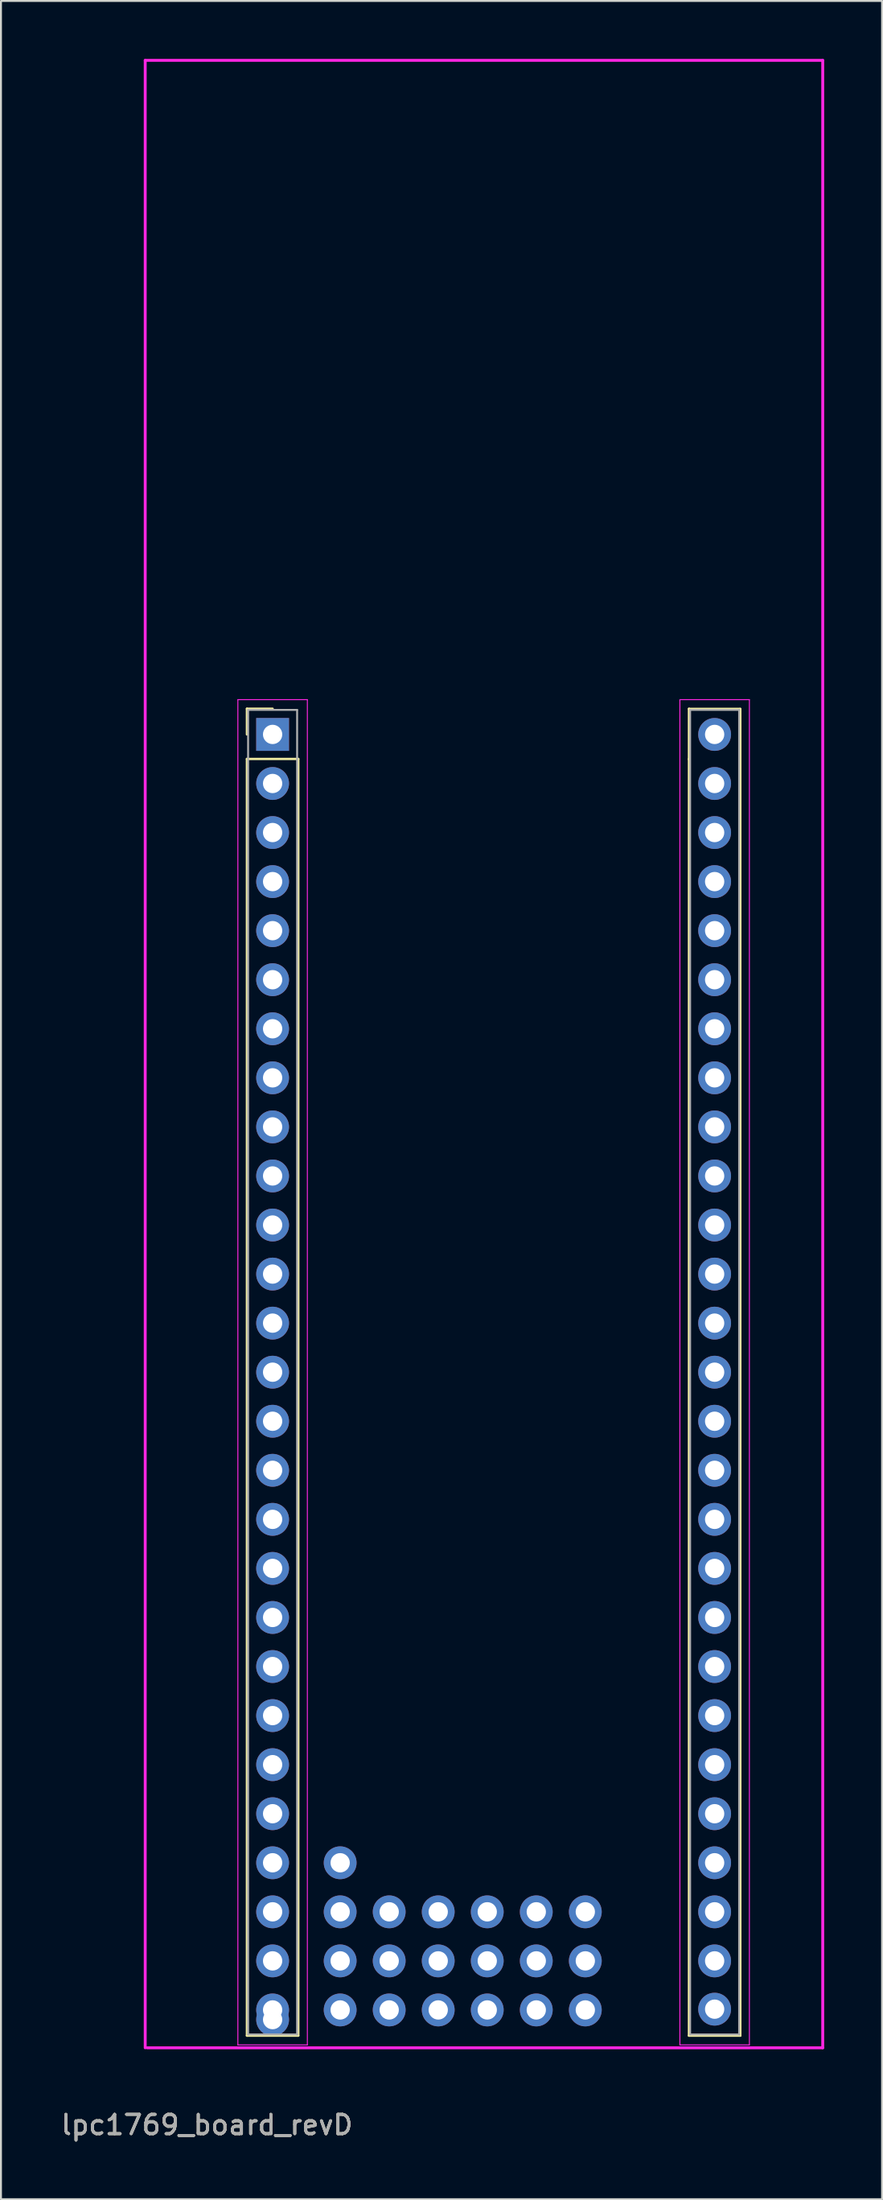
<source format=kicad_pcb>
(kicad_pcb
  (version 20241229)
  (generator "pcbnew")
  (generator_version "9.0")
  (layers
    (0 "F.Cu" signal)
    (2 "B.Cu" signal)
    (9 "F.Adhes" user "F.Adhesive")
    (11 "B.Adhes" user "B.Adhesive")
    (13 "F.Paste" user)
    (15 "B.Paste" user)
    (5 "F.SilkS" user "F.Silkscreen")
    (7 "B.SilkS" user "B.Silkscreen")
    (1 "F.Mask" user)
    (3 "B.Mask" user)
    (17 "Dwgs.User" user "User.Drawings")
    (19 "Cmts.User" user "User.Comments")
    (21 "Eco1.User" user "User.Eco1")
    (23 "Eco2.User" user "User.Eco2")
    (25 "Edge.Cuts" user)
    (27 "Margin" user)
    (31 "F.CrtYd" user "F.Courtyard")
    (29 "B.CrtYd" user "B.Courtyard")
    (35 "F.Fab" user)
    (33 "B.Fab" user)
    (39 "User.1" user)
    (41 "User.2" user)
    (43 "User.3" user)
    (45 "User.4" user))
  (footprint "lpc1769_board_revD"
    (layer "F.Cu")
    (at 11.073 34.975)
    (property "Reference" "lpc1769_board_revD" (at -3.4 71.99 0) (layer "F.SilkS") (effects (font (size 1 1) (thickness 0.15))))
    (attr through_hole)
    (fp_line (start -1.33 -1.33) (end 0 -1.33) (stroke (width 0.12) (type solid)) (layer "F.SilkS"))
    (fp_line (start -1.33 0) (end -1.33 -1.33) (stroke (width 0.12) (type solid)) (layer "F.SilkS"))
    (fp_line (start -1.33 1.27) (end -1.33 67.37) (stroke (width 0.12) (type solid)) (layer "F.SilkS"))
    (fp_line (start -1.33 67.37) (end 1.33 67.37) (stroke (width 0.12) (type solid)) (layer "F.SilkS"))
    (fp_line (start 1.33 1.27) (end -1.33 1.27) (stroke (width 0.12) (type solid)) (layer "F.SilkS"))
    (fp_line (start 1.33 67.37) (end 1.33 1.27) (stroke (width 0.12) (type solid)) (layer "F.SilkS"))
    (fp_line (start 21.57 1.27) (end 21.57 67.37) (stroke (width 0.12) (type solid)) (layer "F.SilkS"))
    (fp_line (start 21.57 1.29) (end 21.57 -1.33) (stroke (width 0.12) (type solid)) (layer "F.SilkS"))
    (fp_line (start 21.57 67.37) (end 24.23 67.37) (stroke (width 0.12) (type solid)) (layer "F.SilkS"))
    (fp_line (start 24.23 -1.32) (end 21.57 -1.32) (stroke (width 0.12) (type solid)) (layer "F.SilkS"))
    (fp_line (start 24.23 67.37) (end 24.23 -1.32) (stroke (width 0.12) (type solid)) (layer "F.SilkS"))
    (fp_line (start -6.6 -34.9) (end -6.6 68) (stroke (width 0.15) (type solid)) (layer "F.CrtYd"))
    (fp_line (start -6.6 -34.9) (end 28.5 -34.9) (stroke (width 0.15) (type solid)) (layer "F.CrtYd"))
    (fp_line (start -6.5 68) (end 28.5 68) (stroke (width 0.15) (type solid)) (layer "F.CrtYd"))
    (fp_line (start -1.8 -1.8) (end -1.8 67.85) (stroke (width 0.05) (type solid)) (layer "F.CrtYd"))
    (fp_line (start -1.8 67.85) (end 1.8 67.85) (stroke (width 0.05) (type solid)) (layer "F.CrtYd"))
    (fp_line (start 1.8 -1.8) (end -1.8 -1.8) (stroke (width 0.05) (type solid)) (layer "F.CrtYd"))
    (fp_line (start 1.8 67.85) (end 1.8 -1.8) (stroke (width 0.05) (type solid)) (layer "F.CrtYd"))
    (fp_line (start 21.1 -1.8) (end 21.1 67.85) (stroke (width 0.05) (type solid)) (layer "F.CrtYd"))
    (fp_line (start 21.1 67.85) (end 24.7 67.85) (stroke (width 0.05) (type solid)) (layer "F.CrtYd"))
    (fp_line (start 24.7 -1.8) (end 21.1 -1.8) (stroke (width 0.05) (type solid)) (layer "F.CrtYd"))
    (fp_line (start 24.7 67.85) (end 24.7 -1.8) (stroke (width 0.05) (type solid)) (layer "F.CrtYd"))
    (fp_line (start 28.5 -34.9) (end 28.5 68) (stroke (width 0.15) (type solid)) (layer "F.CrtYd"))
    (fp_line (start -1.27 -1.27) (end -1.27 67.31) (stroke (width 0.1) (type solid)) (layer "F.Fab"))
    (fp_line (start -1.27 67.31) (end 1.27 67.31) (stroke (width 0.1) (type solid)) (layer "F.Fab"))
    (fp_line (start 1.27 -1.27) (end -1.27 -1.27) (stroke (width 0.1) (type solid)) (layer "F.Fab"))
    (fp_line (start 1.27 67.31) (end 1.27 -1.27) (stroke (width 0.1) (type solid)) (layer "F.Fab"))
    (fp_line (start 21.63 -1.27) (end 21.63 67.31) (stroke (width 0.1) (type solid)) (layer "F.Fab"))
    (fp_line (start 21.63 67.31) (end 24.17 67.31) (stroke (width 0.1) (type solid)) (layer "F.Fab"))
    (fp_line (start 24.17 -1.27) (end 21.63 -1.27) (stroke (width 0.1) (type solid)) (layer "F.Fab"))
    (fp_line (start 24.17 67.31) (end 24.17 -1.27) (stroke (width 0.1) (type solid)) (layer "F.Fab"))
    (fp_text user "${REFERENCE}" (at -3.4 71.99 0) (layer "F.Fab") (effects (font (size 1 1) (thickness 0.15))))
    (fp_text user "${REFERENCE}" (at -3.4 71.99 0) (layer "F.Fab") (effects (font (size 1 1) (thickness 0.15))))
    (pad "J-1" thru_hole rect (at 0 0) (size 1.7 1.7) (drill 1) (layers "*.Cu" "*.Mask"))
    (pad "J-2" thru_hole oval (at 0 2.54) (size 1.7 1.7) (drill 1) (layers "*.Cu" "*.Mask"))
    (pad "J-3" thru_hole oval (at 0 5.08) (size 1.7 1.7) (drill 1) (layers "*.Cu" "*.Mask"))
    (pad "J-4" thru_hole oval (at 0 7.62) (size 1.7 1.7) (drill 1) (layers "*.Cu" "*.Mask"))
    (pad "J-5" thru_hole oval (at 0 10.16) (size 1.7 1.7) (drill 1) (layers "*.Cu" "*.Mask"))
    (pad "J-6" thru_hole oval (at 0 12.7) (size 1.7 1.7) (drill 1) (layers "*.Cu" "*.Mask"))
    (pad "J-7" thru_hole oval (at 0 15.24) (size 1.7 1.7) (drill 1) (layers "*.Cu" "*.Mask"))
    (pad "J-8" thru_hole oval (at 0 17.78) (size 1.7 1.7) (drill 1) (layers "*.Cu" "*.Mask"))
    (pad "J-9" thru_hole oval (at 0 20.32) (size 1.7 1.7) (drill 1) (layers "*.Cu" "*.Mask"))
    (pad "J-10" thru_hole oval (at 0 22.86) (size 1.7 1.7) (drill 1) (layers "*.Cu" "*.Mask"))
    (pad "J-11" thru_hole oval (at 0 25.4) (size 1.7 1.7) (drill 1) (layers "*.Cu" "*.Mask"))
    (pad "J-12" thru_hole oval (at 0 27.94) (size 1.7 1.7) (drill 1) (layers "*.Cu" "*.Mask"))
    (pad "J-13" thru_hole oval (at 0 30.48) (size 1.7 1.7) (drill 1) (layers "*.Cu" "*.Mask"))
    (pad "J-14" thru_hole oval (at 0 33.02) (size 1.7 1.7) (drill 1) (layers "*.Cu" "*.Mask"))
    (pad "J-15" thru_hole oval (at 0 35.56) (size 1.7 1.7) (drill 1) (layers "*.Cu" "*.Mask"))
    (pad "J-16" thru_hole oval (at 0 38.1) (size 1.7 1.7) (drill 1) (layers "*.Cu" "*.Mask"))
    (pad "J-17" thru_hole oval (at 0 40.64) (size 1.7 1.7) (drill 1) (layers "*.Cu" "*.Mask"))
    (pad "J-18" thru_hole oval (at 0 43.18) (size 1.7 1.7) (drill 1) (layers "*.Cu" "*.Mask"))
    (pad "J-19" thru_hole oval (at 0 45.72) (size 1.7 1.7) (drill 1) (layers "*.Cu" "*.Mask"))
    (pad "J-20" thru_hole oval (at 0 48.26) (size 1.7 1.7) (drill 1) (layers "*.Cu" "*.Mask"))
    (pad "J-21" thru_hole oval (at 0 50.8) (size 1.7 1.7) (drill 1) (layers "*.Cu" "*.Mask"))
    (pad "J-22" thru_hole oval (at 0 53.34) (size 1.7 1.7) (drill 1) (layers "*.Cu" "*.Mask"))
    (pad "J-23" thru_hole oval (at 0 55.88) (size 1.7 1.7) (drill 1) (layers "*.Cu" "*.Mask"))
    (pad "J-24" thru_hole oval (at 0 58.42) (size 1.7 1.7) (drill 1) (layers "*.Cu" "*.Mask"))
    (pad "J-25" thru_hole oval (at 0 60.96) (size 1.7 1.7) (drill 1) (layers "*.Cu" "*.Mask"))
    (pad "J-26" thru_hole oval (at 0 63.5) (size 1.7 1.7) (drill 1) (layers "*.Cu" "*.Mask"))
    (pad "J-27" thru_hole oval (at 0 66.04) (size 1.7 1.7) (drill 1) (layers "*.Cu" "*.Mask"))
    (pad "J-27" thru_hole oval (at 0 66.54) (size 1.7 1.7) (drill 1) (layers "*.Cu" "*.Mask"))
    (pad "J-28" thru_hole circle (at 22.9 0) (size 1.7 1.7) (drill 1) (layers "*.Cu" "*.Mask"))
    (pad "J-29" thru_hole oval (at 22.9 2.54) (size 1.7 1.7) (drill 1) (layers "*.Cu" "*.Mask"))
    (pad "J-30" thru_hole oval (at 22.9 5.08) (size 1.7 1.7) (drill 1) (layers "*.Cu" "*.Mask"))
    (pad "J-31" thru_hole oval (at 22.9 7.62) (size 1.7 1.7) (drill 1) (layers "*.Cu" "*.Mask"))
    (pad "J-32" thru_hole oval (at 22.9 10.16) (size 1.7 1.7) (drill 1) (layers "*.Cu" "*.Mask"))
    (pad "J-33" thru_hole oval (at 22.9 12.7) (size 1.7 1.7) (drill 1) (layers "*.Cu" "*.Mask"))
    (pad "J-34" thru_hole oval (at 22.9 15.24) (size 1.7 1.7) (drill 1) (layers "*.Cu" "*.Mask"))
    (pad "J-35" thru_hole oval (at 22.9 17.78) (size 1.7 1.7) (drill 1) (layers "*.Cu" "*.Mask"))
    (pad "J-36" thru_hole oval (at 22.9 20.32) (size 1.7 1.7) (drill 1) (layers "*.Cu" "*.Mask"))
    (pad "J-37" thru_hole oval (at 22.9 22.86) (size 1.7 1.7) (drill 1) (layers "*.Cu" "*.Mask"))
    (pad "J-38" thru_hole oval (at 22.9 25.4) (size 1.7 1.7) (drill 1) (layers "*.Cu" "*.Mask"))
    (pad "J-39" thru_hole oval (at 22.9 27.94) (size 1.7 1.7) (drill 1) (layers "*.Cu" "*.Mask"))
    (pad "J-40" thru_hole oval (at 22.9 30.48) (size 1.7 1.7) (drill 1) (layers "*.Cu" "*.Mask"))
    (pad "J-41" thru_hole oval (at 22.9 33.02) (size 1.7 1.7) (drill 1) (layers "*.Cu" "*.Mask"))
    (pad "J-42" thru_hole oval (at 22.9 35.56) (size 1.7 1.7) (drill 1) (layers "*.Cu" "*.Mask"))
    (pad "J-43" thru_hole oval (at 22.9 38.1) (size 1.7 1.7) (drill 1) (layers "*.Cu" "*.Mask"))
    (pad "J-44" thru_hole oval (at 22.9 40.64) (size 1.7 1.7) (drill 1) (layers "*.Cu" "*.Mask"))
    (pad "J-45" thru_hole oval (at 22.9 43.18) (size 1.7 1.7) (drill 1) (layers "*.Cu" "*.Mask"))
    (pad "J-46" thru_hole oval (at 22.9 45.72) (size 1.7 1.7) (drill 1) (layers "*.Cu" "*.Mask"))
    (pad "J-47" thru_hole oval (at 22.9 48.26) (size 1.7 1.7) (drill 1) (layers "*.Cu" "*.Mask"))
    (pad "J-48" thru_hole oval (at 22.9 50.8) (size 1.7 1.7) (drill 1) (layers "*.Cu" "*.Mask"))
    (pad "J-49" thru_hole oval (at 22.9 53.34) (size 1.7 1.7) (drill 1) (layers "*.Cu" "*.Mask"))
    (pad "J-50" thru_hole oval (at 22.9 55.88) (size 1.7 1.7) (drill 1) (layers "*.Cu" "*.Mask"))
    (pad "J-51" thru_hole oval (at 22.9 58.42) (size 1.7 1.7) (drill 1) (layers "*.Cu" "*.Mask"))
    (pad "J-52" thru_hole oval (at 22.9 60.96) (size 1.7 1.7) (drill 1) (layers "*.Cu" "*.Mask"))
    (pad "J-53" thru_hole oval (at 22.9 63.5) (size 1.7 1.7) (drill 1) (layers "*.Cu" "*.Mask"))
    (pad "J-54" thru_hole oval (at 22.9 66) (size 1.7 1.7) (drill 1) (layers "*.Cu" "*.Mask"))
    (pad "PD1" thru_hole oval (at 3.5 58.42) (size 1.7 1.7) (drill 1) (layers "*.Cu" "*.Mask"))
    (pad "PD2" thru_hole oval (at 3.5 60.96) (size 1.7 1.7) (drill 1) (layers "*.Cu" "*.Mask"))
    (pad "PD3" thru_hole oval (at 6.04 60.96) (size 1.7 1.7) (drill 1) (layers "*.Cu" "*.Mask"))
    (pad "PD4" thru_hole oval (at 8.58 60.96) (size 1.7 1.7) (drill 1) (layers "*.Cu" "*.Mask"))
    (pad "PD5" thru_hole oval (at 11.12 60.96) (size 1.7 1.7) (drill 1) (layers "*.Cu" "*.Mask"))
    (pad "PD6" thru_hole oval (at 13.66 60.96) (size 1.7 1.7) (drill 1) (layers "*.Cu" "*.Mask"))
    (pad "PD7" thru_hole oval (at 16.2 60.96) (size 1.7 1.7) (drill 1) (layers "*.Cu" "*.Mask"))
    (pad "PD8" thru_hole oval (at 3.5 63.5) (size 1.7 1.7) (drill 1) (layers "*.Cu" "*.Mask"))
    (pad "PD9" thru_hole oval (at 6.04 63.5) (size 1.7 1.7) (drill 1) (layers "*.Cu" "*.Mask"))
    (pad "PD10" thru_hole oval (at 8.58 63.5) (size 1.7 1.7) (drill 1) (layers "*.Cu" "*.Mask"))
    (pad "PD11" thru_hole oval (at 11.12 63.5) (size 1.7 1.7) (drill 1) (layers "*.Cu" "*.Mask"))
    (pad "PD12" thru_hole oval (at 13.66 63.5) (size 1.7 1.7) (drill 1) (layers "*.Cu" "*.Mask"))
    (pad "PD13" thru_hole oval (at 16.2 63.5) (size 1.7 1.7) (drill 1) (layers "*.Cu" "*.Mask"))
    (pad "PD14" thru_hole oval (at 3.5 66.04) (size 1.7 1.7) (drill 1) (layers "*.Cu" "*.Mask"))
    (pad "PD15" thru_hole oval (at 6.04 66.04) (size 1.7 1.7) (drill 1) (layers "*.Cu" "*.Mask"))
    (pad "PD16" thru_hole oval (at 8.58 66.04) (size 1.7 1.7) (drill 1) (layers "*.Cu" "*.Mask"))
    (pad "PD17" thru_hole oval (at 11.12 66.04) (size 1.7 1.7) (drill 1) (layers "*.Cu" "*.Mask"))
    (pad "PD18" thru_hole oval (at 13.66 66.04) (size 1.7 1.7) (drill 1) (layers "*.Cu" "*.Mask"))
    (pad "PD19" thru_hole oval (at 16.2 66.04) (size 1.7 1.7) (drill 1) (layers "*.Cu" "*.Mask")))
  (gr_rect
    (start -3 -3)
    (end 42.648 110.813)
    (stroke (width 0.1) (type default))
    (fill no)
    (layer "Edge.Cuts")))
</source>
